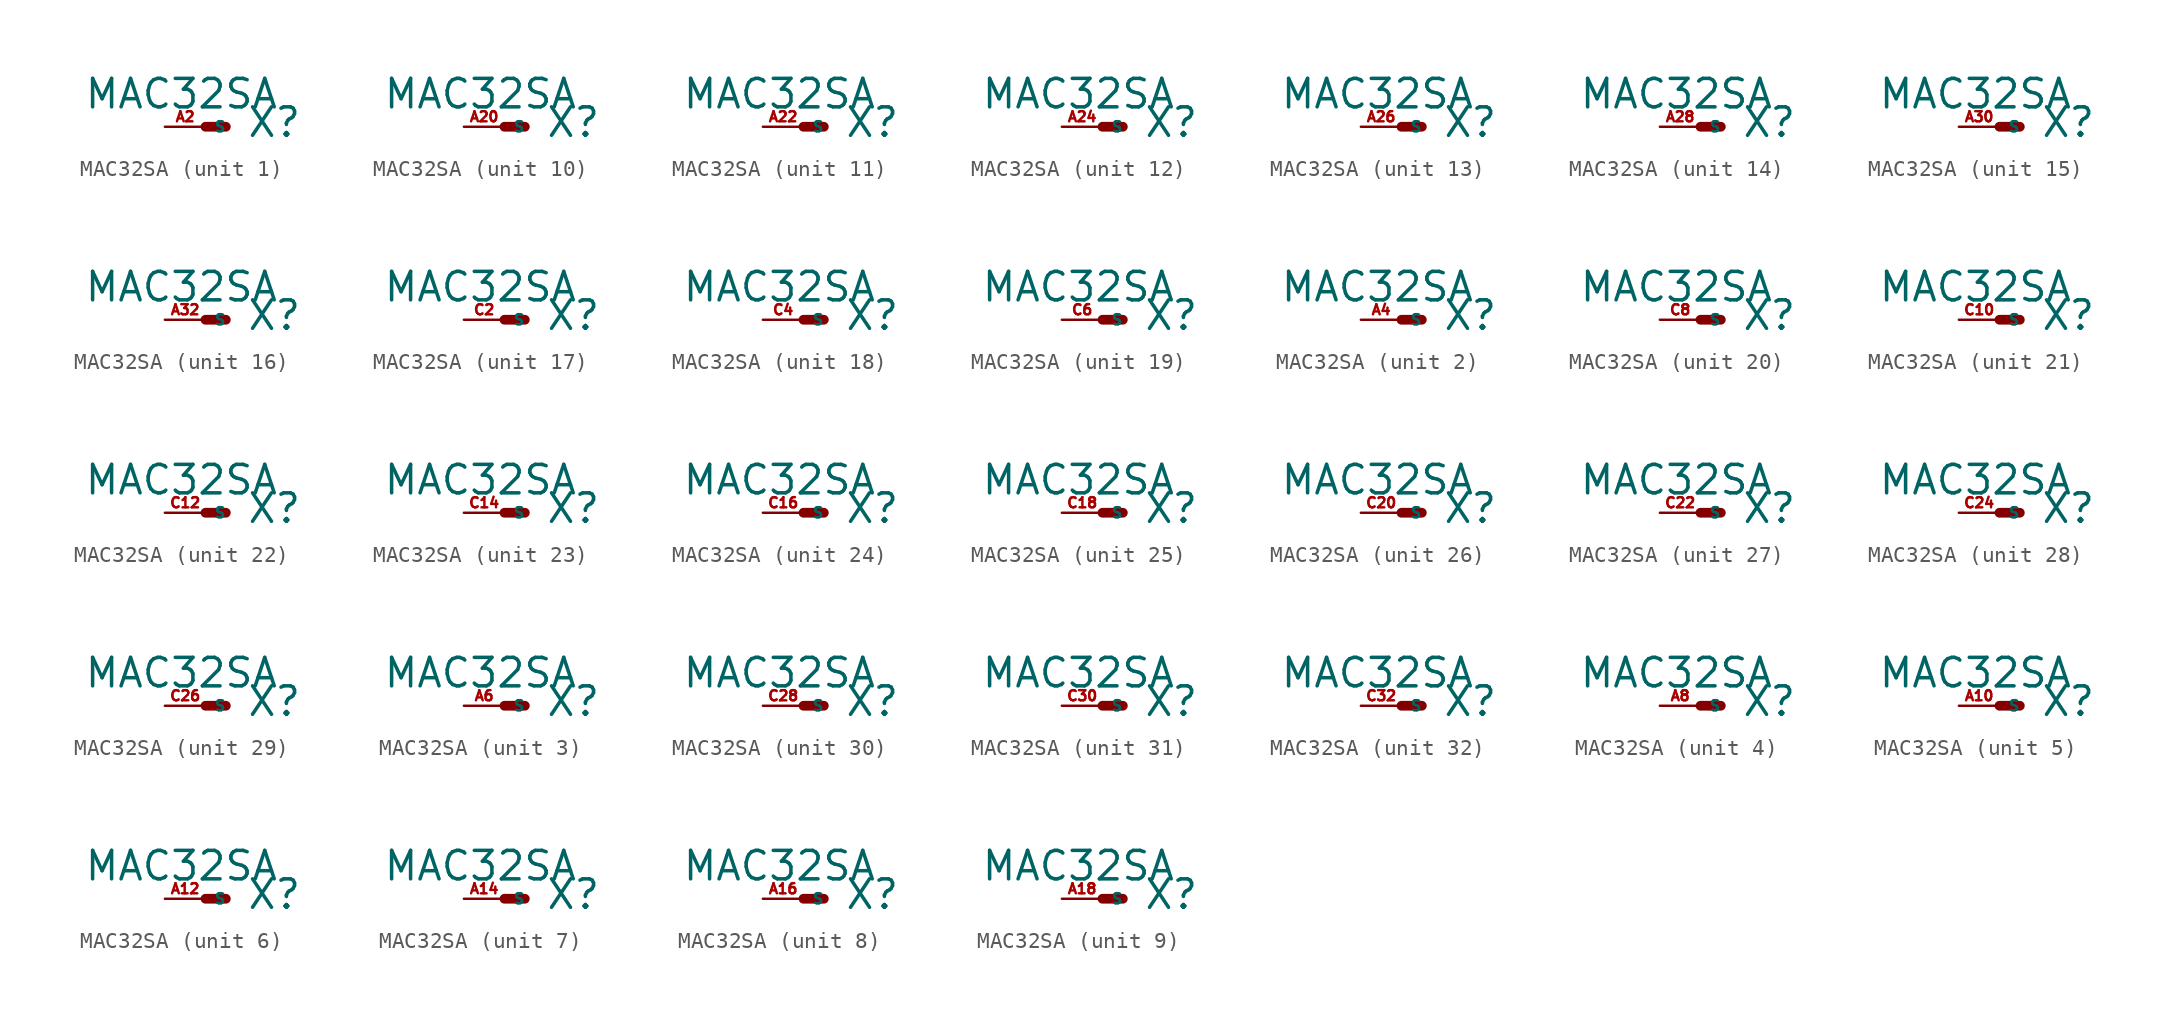
<source format=kicad_sym>
(kicad_symbol_lib
  (version 20220914)
  (generator Eagle2Kicad)
  (symbol "MAC32SA"
    (property "Reference" "X"
      (at 2.54 -0.762 0)
      (effects (font (size 1.778 1.778) (thickness 0.22)) (justify left bottom)))
    (property "Value" "MAC32SA"
      (at -7.62 1.016 0)
      (effects (font (size 1.778 1.778) (thickness 0.22)) (justify left bottom)))
    (symbol "MAC32SA_1_0"
      (polyline (pts (xy 0 0) (xy 1.27 0)) (stroke (width 0.61) (type default)) (fill (type none)))
      (pin passive line (at -2.54 0 0) (length 2.54) (name "S" (effects (font (size 0.635 0.635) (thickness 0.08)) (justify left bottom))) (number "A2" (effects (font (size 0.635 0.635) (thickness 0.08)) (justify left bottom)))))
    (symbol "MAC32SA_2_0"
      (polyline (pts (xy 0 0) (xy 1.27 0)) (stroke (width 0.61) (type default)) (fill (type none)))
      (pin passive line (at -2.54 0 0) (length 2.54) (name "S" (effects (font (size 0.635 0.635) (thickness 0.08)) (justify left bottom))) (number "A4" (effects (font (size 0.635 0.635) (thickness 0.08)) (justify left bottom)))))
    (symbol "MAC32SA_3_0"
      (polyline (pts (xy 0 0) (xy 1.27 0)) (stroke (width 0.61) (type default)) (fill (type none)))
      (pin passive line (at -2.54 0 0) (length 2.54) (name "S" (effects (font (size 0.635 0.635) (thickness 0.08)) (justify left bottom))) (number "A6" (effects (font (size 0.635 0.635) (thickness 0.08)) (justify left bottom)))))
    (symbol "MAC32SA_4_0"
      (polyline (pts (xy 0 0) (xy 1.27 0)) (stroke (width 0.61) (type default)) (fill (type none)))
      (pin passive line (at -2.54 0 0) (length 2.54) (name "S" (effects (font (size 0.635 0.635) (thickness 0.08)) (justify left bottom))) (number "A8" (effects (font (size 0.635 0.635) (thickness 0.08)) (justify left bottom)))))
    (symbol "MAC32SA_5_0"
      (polyline (pts (xy 0 0) (xy 1.27 0)) (stroke (width 0.61) (type default)) (fill (type none)))
      (pin passive line (at -2.54 0 0) (length 2.54) (name "S" (effects (font (size 0.635 0.635) (thickness 0.08)) (justify left bottom))) (number "A10" (effects (font (size 0.635 0.635) (thickness 0.08)) (justify left bottom)))))
    (symbol "MAC32SA_6_0"
      (polyline (pts (xy 0 0) (xy 1.27 0)) (stroke (width 0.61) (type default)) (fill (type none)))
      (pin passive line (at -2.54 0 0) (length 2.54) (name "S" (effects (font (size 0.635 0.635) (thickness 0.08)) (justify left bottom))) (number "A12" (effects (font (size 0.635 0.635) (thickness 0.08)) (justify left bottom)))))
    (symbol "MAC32SA_7_0"
      (polyline (pts (xy 0 0) (xy 1.27 0)) (stroke (width 0.61) (type default)) (fill (type none)))
      (pin passive line (at -2.54 0 0) (length 2.54) (name "S" (effects (font (size 0.635 0.635) (thickness 0.08)) (justify left bottom))) (number "A14" (effects (font (size 0.635 0.635) (thickness 0.08)) (justify left bottom)))))
    (symbol "MAC32SA_8_0"
      (polyline (pts (xy 0 0) (xy 1.27 0)) (stroke (width 0.61) (type default)) (fill (type none)))
      (pin passive line (at -2.54 0 0) (length 2.54) (name "S" (effects (font (size 0.635 0.635) (thickness 0.08)) (justify left bottom))) (number "A16" (effects (font (size 0.635 0.635) (thickness 0.08)) (justify left bottom)))))
    (symbol "MAC32SA_9_0"
      (polyline (pts (xy 0 0) (xy 1.27 0)) (stroke (width 0.61) (type default)) (fill (type none)))
      (pin passive line (at -2.54 0 0) (length 2.54) (name "S" (effects (font (size 0.635 0.635) (thickness 0.08)) (justify left bottom))) (number "A18" (effects (font (size 0.635 0.635) (thickness 0.08)) (justify left bottom)))))
    (symbol "MAC32SA_10_0"
      (polyline (pts (xy 0 0) (xy 1.27 0)) (stroke (width 0.61) (type default)) (fill (type none)))
      (pin passive line (at -2.54 0 0) (length 2.54) (name "S" (effects (font (size 0.635 0.635) (thickness 0.08)) (justify left bottom))) (number "A20" (effects (font (size 0.635 0.635) (thickness 0.08)) (justify left bottom)))))
    (symbol "MAC32SA_11_0"
      (polyline (pts (xy 0 0) (xy 1.27 0)) (stroke (width 0.61) (type default)) (fill (type none)))
      (pin passive line (at -2.54 0 0) (length 2.54) (name "S" (effects (font (size 0.635 0.635) (thickness 0.08)) (justify left bottom))) (number "A22" (effects (font (size 0.635 0.635) (thickness 0.08)) (justify left bottom)))))
    (symbol "MAC32SA_12_0"
      (polyline (pts (xy 0 0) (xy 1.27 0)) (stroke (width 0.61) (type default)) (fill (type none)))
      (pin passive line (at -2.54 0 0) (length 2.54) (name "S" (effects (font (size 0.635 0.635) (thickness 0.08)) (justify left bottom))) (number "A24" (effects (font (size 0.635 0.635) (thickness 0.08)) (justify left bottom)))))
    (symbol "MAC32SA_13_0"
      (polyline (pts (xy 0 0) (xy 1.27 0)) (stroke (width 0.61) (type default)) (fill (type none)))
      (pin passive line (at -2.54 0 0) (length 2.54) (name "S" (effects (font (size 0.635 0.635) (thickness 0.08)) (justify left bottom))) (number "A26" (effects (font (size 0.635 0.635) (thickness 0.08)) (justify left bottom)))))
    (symbol "MAC32SA_14_0"
      (polyline (pts (xy 0 0) (xy 1.27 0)) (stroke (width 0.61) (type default)) (fill (type none)))
      (pin passive line (at -2.54 0 0) (length 2.54) (name "S" (effects (font (size 0.635 0.635) (thickness 0.08)) (justify left bottom))) (number "A28" (effects (font (size 0.635 0.635) (thickness 0.08)) (justify left bottom)))))
    (symbol "MAC32SA_15_0"
      (polyline (pts (xy 0 0) (xy 1.27 0)) (stroke (width 0.61) (type default)) (fill (type none)))
      (pin passive line (at -2.54 0 0) (length 2.54) (name "S" (effects (font (size 0.635 0.635) (thickness 0.08)) (justify left bottom))) (number "A30" (effects (font (size 0.635 0.635) (thickness 0.08)) (justify left bottom)))))
    (symbol "MAC32SA_16_0"
      (polyline (pts (xy 0 0) (xy 1.27 0)) (stroke (width 0.61) (type default)) (fill (type none)))
      (pin passive line (at -2.54 0 0) (length 2.54) (name "S" (effects (font (size 0.635 0.635) (thickness 0.08)) (justify left bottom))) (number "A32" (effects (font (size 0.635 0.635) (thickness 0.08)) (justify left bottom)))))
    (symbol "MAC32SA_17_0"
      (polyline (pts (xy 0 0) (xy 1.27 0)) (stroke (width 0.61) (type default)) (fill (type none)))
      (pin passive line (at -2.54 0 0) (length 2.54) (name "S" (effects (font (size 0.635 0.635) (thickness 0.08)) (justify left bottom))) (number "C2" (effects (font (size 0.635 0.635) (thickness 0.08)) (justify left bottom)))))
    (symbol "MAC32SA_18_0"
      (polyline (pts (xy 0 0) (xy 1.27 0)) (stroke (width 0.61) (type default)) (fill (type none)))
      (pin passive line (at -2.54 0 0) (length 2.54) (name "S" (effects (font (size 0.635 0.635) (thickness 0.08)) (justify left bottom))) (number "C4" (effects (font (size 0.635 0.635) (thickness 0.08)) (justify left bottom)))))
    (symbol "MAC32SA_19_0"
      (polyline (pts (xy 0 0) (xy 1.27 0)) (stroke (width 0.61) (type default)) (fill (type none)))
      (pin passive line (at -2.54 0 0) (length 2.54) (name "S" (effects (font (size 0.635 0.635) (thickness 0.08)) (justify left bottom))) (number "C6" (effects (font (size 0.635 0.635) (thickness 0.08)) (justify left bottom)))))
    (symbol "MAC32SA_20_0"
      (polyline (pts (xy 0 0) (xy 1.27 0)) (stroke (width 0.61) (type default)) (fill (type none)))
      (pin passive line (at -2.54 0 0) (length 2.54) (name "S" (effects (font (size 0.635 0.635) (thickness 0.08)) (justify left bottom))) (number "C8" (effects (font (size 0.635 0.635) (thickness 0.08)) (justify left bottom)))))
    (symbol "MAC32SA_21_0"
      (polyline (pts (xy 0 0) (xy 1.27 0)) (stroke (width 0.61) (type default)) (fill (type none)))
      (pin passive line (at -2.54 0 0) (length 2.54) (name "S" (effects (font (size 0.635 0.635) (thickness 0.08)) (justify left bottom))) (number "C10" (effects (font (size 0.635 0.635) (thickness 0.08)) (justify left bottom)))))
    (symbol "MAC32SA_22_0"
      (polyline (pts (xy 0 0) (xy 1.27 0)) (stroke (width 0.61) (type default)) (fill (type none)))
      (pin passive line (at -2.54 0 0) (length 2.54) (name "S" (effects (font (size 0.635 0.635) (thickness 0.08)) (justify left bottom))) (number "C12" (effects (font (size 0.635 0.635) (thickness 0.08)) (justify left bottom)))))
    (symbol "MAC32SA_23_0"
      (polyline (pts (xy 0 0) (xy 1.27 0)) (stroke (width 0.61) (type default)) (fill (type none)))
      (pin passive line (at -2.54 0 0) (length 2.54) (name "S" (effects (font (size 0.635 0.635) (thickness 0.08)) (justify left bottom))) (number "C14" (effects (font (size 0.635 0.635) (thickness 0.08)) (justify left bottom)))))
    (symbol "MAC32SA_24_0"
      (polyline (pts (xy 0 0) (xy 1.27 0)) (stroke (width 0.61) (type default)) (fill (type none)))
      (pin passive line (at -2.54 0 0) (length 2.54) (name "S" (effects (font (size 0.635 0.635) (thickness 0.08)) (justify left bottom))) (number "C16" (effects (font (size 0.635 0.635) (thickness 0.08)) (justify left bottom)))))
    (symbol "MAC32SA_25_0"
      (polyline (pts (xy 0 0) (xy 1.27 0)) (stroke (width 0.61) (type default)) (fill (type none)))
      (pin passive line (at -2.54 0 0) (length 2.54) (name "S" (effects (font (size 0.635 0.635) (thickness 0.08)) (justify left bottom))) (number "C18" (effects (font (size 0.635 0.635) (thickness 0.08)) (justify left bottom)))))
    (symbol "MAC32SA_26_0"
      (polyline (pts (xy 0 0) (xy 1.27 0)) (stroke (width 0.61) (type default)) (fill (type none)))
      (pin passive line (at -2.54 0 0) (length 2.54) (name "S" (effects (font (size 0.635 0.635) (thickness 0.08)) (justify left bottom))) (number "C20" (effects (font (size 0.635 0.635) (thickness 0.08)) (justify left bottom)))))
    (symbol "MAC32SA_27_0"
      (polyline (pts (xy 0 0) (xy 1.27 0)) (stroke (width 0.61) (type default)) (fill (type none)))
      (pin passive line (at -2.54 0 0) (length 2.54) (name "S" (effects (font (size 0.635 0.635) (thickness 0.08)) (justify left bottom))) (number "C22" (effects (font (size 0.635 0.635) (thickness 0.08)) (justify left bottom)))))
    (symbol "MAC32SA_28_0"
      (polyline (pts (xy 0 0) (xy 1.27 0)) (stroke (width 0.61) (type default)) (fill (type none)))
      (pin passive line (at -2.54 0 0) (length 2.54) (name "S" (effects (font (size 0.635 0.635) (thickness 0.08)) (justify left bottom))) (number "C24" (effects (font (size 0.635 0.635) (thickness 0.08)) (justify left bottom)))))
    (symbol "MAC32SA_29_0"
      (polyline (pts (xy 0 0) (xy 1.27 0)) (stroke (width 0.61) (type default)) (fill (type none)))
      (pin passive line (at -2.54 0 0) (length 2.54) (name "S" (effects (font (size 0.635 0.635) (thickness 0.08)) (justify left bottom))) (number "C26" (effects (font (size 0.635 0.635) (thickness 0.08)) (justify left bottom)))))
    (symbol "MAC32SA_30_0"
      (polyline (pts (xy 0 0) (xy 1.27 0)) (stroke (width 0.61) (type default)) (fill (type none)))
      (pin passive line (at -2.54 0 0) (length 2.54) (name "S" (effects (font (size 0.635 0.635) (thickness 0.08)) (justify left bottom))) (number "C28" (effects (font (size 0.635 0.635) (thickness 0.08)) (justify left bottom)))))
    (symbol "MAC32SA_31_0"
      (polyline (pts (xy 0 0) (xy 1.27 0)) (stroke (width 0.61) (type default)) (fill (type none)))
      (pin passive line (at -2.54 0 0) (length 2.54) (name "S" (effects (font (size 0.635 0.635) (thickness 0.08)) (justify left bottom))) (number "C30" (effects (font (size 0.635 0.635) (thickness 0.08)) (justify left bottom)))))
    (symbol "MAC32SA_32_0"
      (polyline (pts (xy 0 0) (xy 1.27 0)) (stroke (width 0.61) (type default)) (fill (type none)))
      (pin passive line (at -2.54 0 0) (length 2.54) (name "S" (effects (font (size 0.635 0.635) (thickness 0.08)) (justify left bottom))) (number "C32" (effects (font (size 0.635 0.635) (thickness 0.08)) (justify left bottom)))))))
</source>
